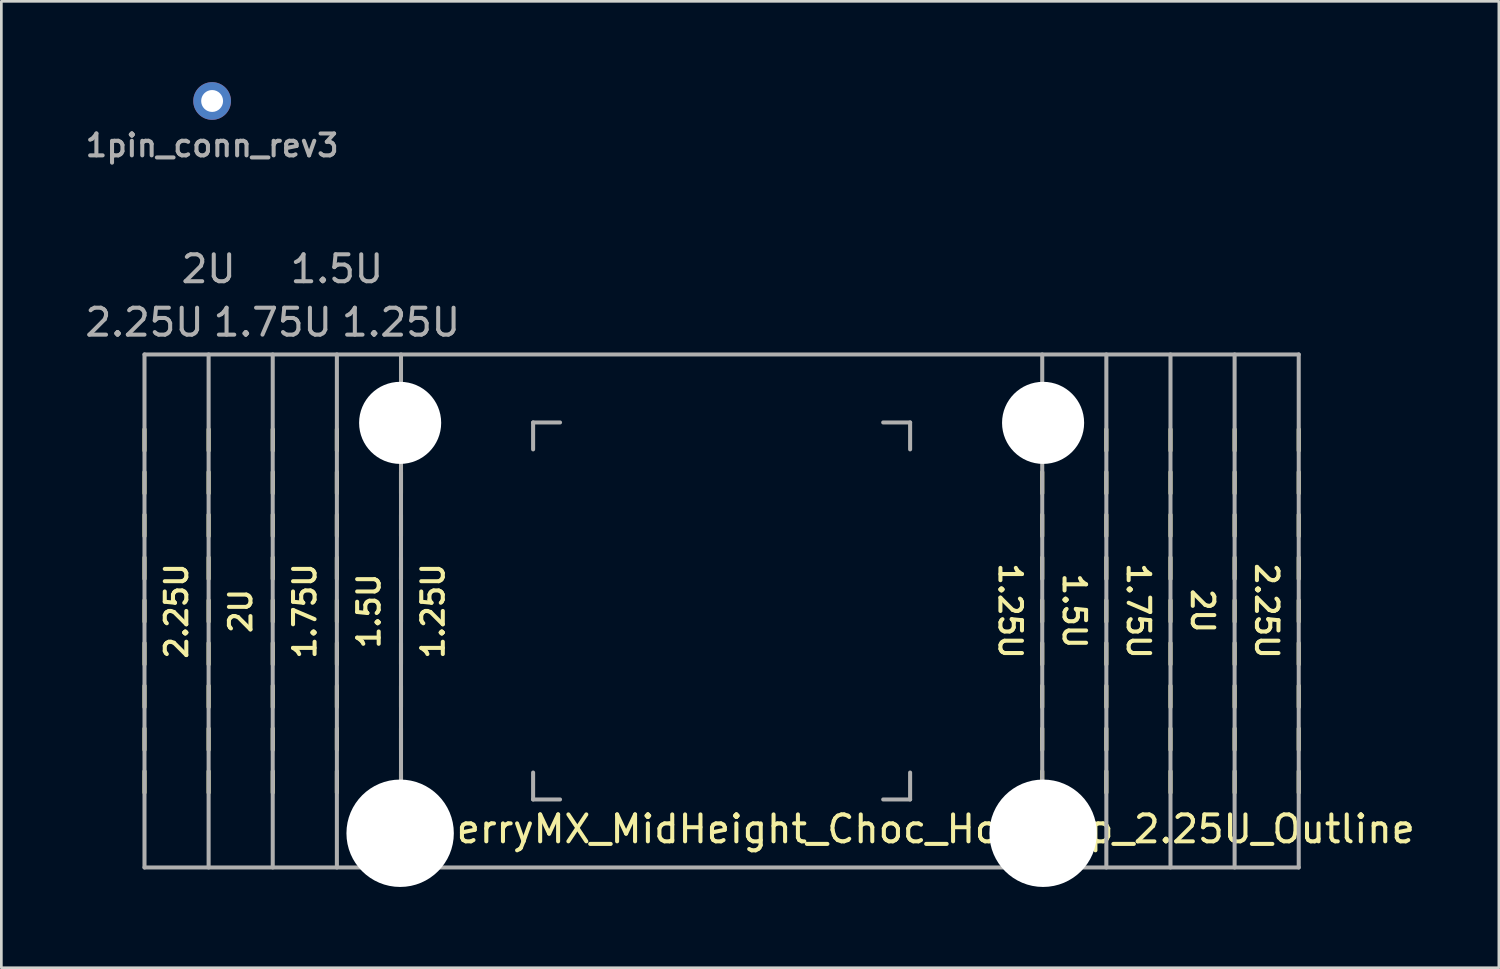
<source format=kicad_pcb>
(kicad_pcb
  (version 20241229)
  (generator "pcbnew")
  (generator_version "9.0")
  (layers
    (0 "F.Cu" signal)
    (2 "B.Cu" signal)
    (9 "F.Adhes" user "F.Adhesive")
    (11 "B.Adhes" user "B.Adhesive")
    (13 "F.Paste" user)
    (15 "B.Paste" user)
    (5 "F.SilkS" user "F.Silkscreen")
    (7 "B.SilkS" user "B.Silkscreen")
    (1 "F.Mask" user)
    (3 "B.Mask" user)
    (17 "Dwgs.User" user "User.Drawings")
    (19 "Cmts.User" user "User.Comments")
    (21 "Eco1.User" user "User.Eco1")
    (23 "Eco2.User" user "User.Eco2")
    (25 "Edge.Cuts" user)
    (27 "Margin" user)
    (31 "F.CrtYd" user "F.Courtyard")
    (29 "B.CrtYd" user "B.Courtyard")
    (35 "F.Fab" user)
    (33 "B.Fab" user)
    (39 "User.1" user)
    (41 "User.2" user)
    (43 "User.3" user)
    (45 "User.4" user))
  (footprint "CherryMX_MidHeight_Choc_Hotswap_2.25U_Outline"
    (layer "F.Cu")
    (at 23.747 19.638)
    (property "Reference" "CherryMX_MidHeight_Choc_Hotswap_2.25U_Outline" (at 7 8.1 0) (layer "F.SilkS") (effects (font (size 1 1) (thickness 0.15))))
    (attr through_hole)
    (fp_line (start -21.431 -5.953) (end -21.431 -6.747) (stroke (width 0.15) (type solid)) (layer "F.SilkS"))
    (fp_line (start -21.431 -4.366) (end -21.431 -5.159) (stroke (width 0.15) (type solid)) (layer "F.SilkS"))
    (fp_line (start -21.431 -2.778) (end -21.431 -3.572) (stroke (width 0.15) (type solid)) (layer "F.SilkS"))
    (fp_line (start -21.431 -1.191) (end -21.431 -1.984) (stroke (width 0.15) (type solid)) (layer "F.SilkS"))
    (fp_line (start -21.431 -0.397) (end -21.431 0.397) (stroke (width 0.15) (type solid)) (layer "F.SilkS"))
    (fp_line (start -21.431 1.191) (end -21.431 1.984) (stroke (width 0.15) (type solid)) (layer "F.SilkS"))
    (fp_line (start -21.431 2.778) (end -21.431 3.572) (stroke (width 0.15) (type solid)) (layer "F.SilkS"))
    (fp_line (start -21.431 4.366) (end -21.431 5.159) (stroke (width 0.15) (type solid)) (layer "F.SilkS"))
    (fp_line (start -21.431 5.953) (end -21.431 6.747) (stroke (width 0.15) (type solid)) (layer "F.SilkS"))
    (fp_line (start -19.05 -5.953) (end -19.05 -6.747) (stroke (width 0.15) (type solid)) (layer "F.SilkS"))
    (fp_line (start -19.05 -4.366) (end -19.05 -5.159) (stroke (width 0.15) (type solid)) (layer "F.SilkS"))
    (fp_line (start -19.05 -2.778) (end -19.05 -3.572) (stroke (width 0.15) (type solid)) (layer "F.SilkS"))
    (fp_line (start -19.05 -1.191) (end -19.05 -1.984) (stroke (width 0.15) (type solid)) (layer "F.SilkS"))
    (fp_line (start -19.05 -0.397) (end -19.05 0.397) (stroke (width 0.15) (type solid)) (layer "F.SilkS"))
    (fp_line (start -19.05 1.191) (end -19.05 1.984) (stroke (width 0.15) (type solid)) (layer "F.SilkS"))
    (fp_line (start -19.05 2.778) (end -19.05 3.572) (stroke (width 0.15) (type solid)) (layer "F.SilkS"))
    (fp_line (start -19.05 4.366) (end -19.05 5.159) (stroke (width 0.15) (type solid)) (layer "F.SilkS"))
    (fp_line (start -19.05 5.953) (end -19.05 6.747) (stroke (width 0.15) (type solid)) (layer "F.SilkS"))
    (fp_line (start -16.669 -5.953) (end -16.669 -6.747) (stroke (width 0.15) (type solid)) (layer "F.SilkS"))
    (fp_line (start -16.669 -4.366) (end -16.669 -5.159) (stroke (width 0.15) (type solid)) (layer "F.SilkS"))
    (fp_line (start -16.669 -2.778) (end -16.669 -3.572) (stroke (width 0.15) (type solid)) (layer "F.SilkS"))
    (fp_line (start -16.669 -1.191) (end -16.669 -1.984) (stroke (width 0.15) (type solid)) (layer "F.SilkS"))
    (fp_line (start -16.669 -0.397) (end -16.669 0.397) (stroke (width 0.15) (type solid)) (layer "F.SilkS"))
    (fp_line (start -16.669 1.191) (end -16.669 1.984) (stroke (width 0.15) (type solid)) (layer "F.SilkS"))
    (fp_line (start -16.669 2.778) (end -16.669 3.572) (stroke (width 0.15) (type solid)) (layer "F.SilkS"))
    (fp_line (start -16.669 4.366) (end -16.669 5.159) (stroke (width 0.15) (type solid)) (layer "F.SilkS"))
    (fp_line (start -16.669 5.953) (end -16.669 6.747) (stroke (width 0.15) (type solid)) (layer "F.SilkS"))
    (fp_line (start -14.287 -5.953) (end -14.287 -6.747) (stroke (width 0.15) (type solid)) (layer "F.SilkS"))
    (fp_line (start -14.287 -4.366) (end -14.287 -5.159) (stroke (width 0.15) (type solid)) (layer "F.SilkS"))
    (fp_line (start -14.287 -2.778) (end -14.287 -3.572) (stroke (width 0.15) (type solid)) (layer "F.SilkS"))
    (fp_line (start -14.287 -1.191) (end -14.287 -1.984) (stroke (width 0.15) (type solid)) (layer "F.SilkS"))
    (fp_line (start -14.287 -0.397) (end -14.287 0.397) (stroke (width 0.15) (type solid)) (layer "F.SilkS"))
    (fp_line (start -14.287 1.191) (end -14.287 1.984) (stroke (width 0.15) (type solid)) (layer "F.SilkS"))
    (fp_line (start -14.287 2.778) (end -14.287 3.572) (stroke (width 0.15) (type solid)) (layer "F.SilkS"))
    (fp_line (start -14.287 4.366) (end -14.287 5.159) (stroke (width 0.15) (type solid)) (layer "F.SilkS"))
    (fp_line (start -14.287 5.953) (end -14.287 6.747) (stroke (width 0.15) (type solid)) (layer "F.SilkS"))
    (fp_line (start -11.906 -5.953) (end -11.906 -6.747) (stroke (width 0.15) (type solid)) (layer "F.SilkS"))
    (fp_line (start -11.906 -4.366) (end -11.906 -5.159) (stroke (width 0.15) (type solid)) (layer "F.SilkS"))
    (fp_line (start -11.906 -2.778) (end -11.906 -3.572) (stroke (width 0.15) (type solid)) (layer "F.SilkS"))
    (fp_line (start -11.906 -1.191) (end -11.906 -1.984) (stroke (width 0.15) (type solid)) (layer "F.SilkS"))
    (fp_line (start -11.906 -0.397) (end -11.906 0.397) (stroke (width 0.15) (type solid)) (layer "F.SilkS"))
    (fp_line (start -11.906 1.191) (end -11.906 1.984) (stroke (width 0.15) (type solid)) (layer "F.SilkS"))
    (fp_line (start -11.906 2.778) (end -11.906 3.572) (stroke (width 0.15) (type solid)) (layer "F.SilkS"))
    (fp_line (start -11.906 4.366) (end -11.906 5.159) (stroke (width 0.15) (type solid)) (layer "F.SilkS"))
    (fp_line (start -11.906 5.953) (end -11.906 6.747) (stroke (width 0.15) (type solid)) (layer "F.SilkS"))
    (fp_line (start 11.906 -5.953) (end 11.906 -6.747) (stroke (width 0.15) (type solid)) (layer "F.SilkS"))
    (fp_line (start 11.906 -4.366) (end 11.906 -5.159) (stroke (width 0.15) (type solid)) (layer "F.SilkS"))
    (fp_line (start 11.906 -2.778) (end 11.906 -3.572) (stroke (width 0.15) (type solid)) (layer "F.SilkS"))
    (fp_line (start 11.906 -1.191) (end 11.906 -1.984) (stroke (width 0.15) (type solid)) (layer "F.SilkS"))
    (fp_line (start 11.906 -0.397) (end 11.906 0.397) (stroke (width 0.15) (type solid)) (layer "F.SilkS"))
    (fp_line (start 11.906 1.191) (end 11.906 1.984) (stroke (width 0.15) (type solid)) (layer "F.SilkS"))
    (fp_line (start 11.906 2.778) (end 11.906 3.572) (stroke (width 0.15) (type solid)) (layer "F.SilkS"))
    (fp_line (start 11.906 4.366) (end 11.906 5.159) (stroke (width 0.15) (type solid)) (layer "F.SilkS"))
    (fp_line (start 11.906 5.953) (end 11.906 6.747) (stroke (width 0.15) (type solid)) (layer "F.SilkS"))
    (fp_line (start 14.287 -5.953) (end 14.287 -6.747) (stroke (width 0.15) (type solid)) (layer "F.SilkS"))
    (fp_line (start 14.287 -4.366) (end 14.287 -5.159) (stroke (width 0.15) (type solid)) (layer "F.SilkS"))
    (fp_line (start 14.287 -2.778) (end 14.287 -3.572) (stroke (width 0.15) (type solid)) (layer "F.SilkS"))
    (fp_line (start 14.287 -1.191) (end 14.287 -1.984) (stroke (width 0.15) (type solid)) (layer "F.SilkS"))
    (fp_line (start 14.287 -0.397) (end 14.287 0.397) (stroke (width 0.15) (type solid)) (layer "F.SilkS"))
    (fp_line (start 14.287 1.191) (end 14.287 1.984) (stroke (width 0.15) (type solid)) (layer "F.SilkS"))
    (fp_line (start 14.287 2.778) (end 14.287 3.572) (stroke (width 0.15) (type solid)) (layer "F.SilkS"))
    (fp_line (start 14.287 4.366) (end 14.287 5.159) (stroke (width 0.15) (type solid)) (layer "F.SilkS"))
    (fp_line (start 14.287 5.953) (end 14.287 6.747) (stroke (width 0.15) (type solid)) (layer "F.SilkS"))
    (fp_line (start 16.669 -5.953) (end 16.669 -6.747) (stroke (width 0.15) (type solid)) (layer "F.SilkS"))
    (fp_line (start 16.669 -4.366) (end 16.669 -5.159) (stroke (width 0.15) (type solid)) (layer "F.SilkS"))
    (fp_line (start 16.669 -2.778) (end 16.669 -3.572) (stroke (width 0.15) (type solid)) (layer "F.SilkS"))
    (fp_line (start 16.669 -1.191) (end 16.669 -1.984) (stroke (width 0.15) (type solid)) (layer "F.SilkS"))
    (fp_line (start 16.669 -0.397) (end 16.669 0.397) (stroke (width 0.15) (type solid)) (layer "F.SilkS"))
    (fp_line (start 16.669 1.191) (end 16.669 1.984) (stroke (width 0.15) (type solid)) (layer "F.SilkS"))
    (fp_line (start 16.669 2.778) (end 16.669 3.572) (stroke (width 0.15) (type solid)) (layer "F.SilkS"))
    (fp_line (start 16.669 4.366) (end 16.669 5.159) (stroke (width 0.15) (type solid)) (layer "F.SilkS"))
    (fp_line (start 16.669 5.953) (end 16.669 6.747) (stroke (width 0.15) (type solid)) (layer "F.SilkS"))
    (fp_line (start 19.05 -5.953) (end 19.05 -6.747) (stroke (width 0.15) (type solid)) (layer "F.SilkS"))
    (fp_line (start 19.05 -4.366) (end 19.05 -5.159) (stroke (width 0.15) (type solid)) (layer "F.SilkS"))
    (fp_line (start 19.05 -2.778) (end 19.05 -3.572) (stroke (width 0.15) (type solid)) (layer "F.SilkS"))
    (fp_line (start 19.05 -1.191) (end 19.05 -1.984) (stroke (width 0.15) (type solid)) (layer "F.SilkS"))
    (fp_line (start 19.05 -0.397) (end 19.05 0.397) (stroke (width 0.15) (type solid)) (layer "F.SilkS"))
    (fp_line (start 19.05 1.191) (end 19.05 1.984) (stroke (width 0.15) (type solid)) (layer "F.SilkS"))
    (fp_line (start 19.05 2.778) (end 19.05 3.572) (stroke (width 0.15) (type solid)) (layer "F.SilkS"))
    (fp_line (start 19.05 4.366) (end 19.05 5.159) (stroke (width 0.15) (type solid)) (layer "F.SilkS"))
    (fp_line (start 19.05 5.953) (end 19.05 6.747) (stroke (width 0.15) (type solid)) (layer "F.SilkS"))
    (fp_line (start 21.431 -5.953) (end 21.431 -6.747) (stroke (width 0.15) (type solid)) (layer "F.SilkS"))
    (fp_line (start 21.431 -4.366) (end 21.431 -5.159) (stroke (width 0.15) (type solid)) (layer "F.SilkS"))
    (fp_line (start 21.431 -2.778) (end 21.431 -3.572) (stroke (width 0.15) (type solid)) (layer "F.SilkS"))
    (fp_line (start 21.431 -1.191) (end 21.431 -1.984) (stroke (width 0.15) (type solid)) (layer "F.SilkS"))
    (fp_line (start 21.431 -0.397) (end 21.431 0.397) (stroke (width 0.15) (type solid)) (layer "F.SilkS"))
    (fp_line (start 21.431 1.191) (end 21.431 1.984) (stroke (width 0.15) (type solid)) (layer "F.SilkS"))
    (fp_line (start 21.431 2.778) (end 21.431 3.572) (stroke (width 0.15) (type solid)) (layer "F.SilkS"))
    (fp_line (start 21.431 4.366) (end 21.431 5.159) (stroke (width 0.15) (type solid)) (layer "F.SilkS"))
    (fp_line (start 21.431 5.953) (end 21.431 6.747) (stroke (width 0.15) (type solid)) (layer "F.SilkS"))
    (fp_line (start -21.431 -9.525) (end 21.431 -9.525) (stroke (width 0.15) (type solid)) (layer "F.Fab"))
    (fp_line (start -21.431 9.525) (end 21.431 9.525) (stroke (width 0.15) (type solid)) (layer "F.Fab"))
    (fp_line (start -21.431 -9.525) (end -21.431 9.525) (stroke (width 0.15) (type solid)) (layer "F.Fab"))
    (fp_line (start -19.05 -9.525) (end -19.05 9.525) (stroke (width 0.15) (type solid)) (layer "F.Fab"))
    (fp_line (start -16.669 -9.525) (end -16.669 9.525) (stroke (width 0.15) (type solid)) (layer "F.Fab"))
    (fp_line (start -14.287 -9.525) (end -14.287 9.525) (stroke (width 0.15) (type solid)) (layer "F.Fab"))
    (fp_line (start -11.906 -9.525) (end -11.906 9.525) (stroke (width 0.15) (type solid)) (layer "F.Fab"))
    (fp_line (start -7 -7) (end -7 -6) (stroke (width 0.15) (type solid)) (layer "F.Fab"))
    (fp_line (start -7 6) (end -7 7) (stroke (width 0.15) (type solid)) (layer "F.Fab"))
    (fp_line (start -7 7) (end -6 7) (stroke (width 0.15) (type solid)) (layer "F.Fab"))
    (fp_line (start -6 -7) (end -7 -7) (stroke (width 0.15) (type solid)) (layer "F.Fab"))
    (fp_line (start 6 -7) (end 7 -7) (stroke (width 0.15) (type solid)) (layer "F.Fab"))
    (fp_line (start 6 7) (end 7 7) (stroke (width 0.15) (type solid)) (layer "F.Fab"))
    (fp_line (start 7 -7) (end 7 -6) (stroke (width 0.15) (type solid)) (layer "F.Fab"))
    (fp_line (start 7 7) (end 7 6) (stroke (width 0.15) (type solid)) (layer "F.Fab"))
    (fp_line (start 11.906 -9.525) (end 11.906 9.525) (stroke (width 0.15) (type solid)) (layer "F.Fab"))
    (fp_line (start 14.287 -9.525) (end 14.287 9.525) (stroke (width 0.15) (type solid)) (layer "F.Fab"))
    (fp_line (start 16.669 -9.525) (end 16.669 9.525) (stroke (width 0.15) (type solid)) (layer "F.Fab"))
    (fp_line (start 19.05 -9.525) (end 19.05 9.525) (stroke (width 0.15) (type solid)) (layer "F.Fab"))
    (fp_line (start 21.431 -9.525) (end 21.431 9.525) (stroke (width 0.15) (type solid)) (layer "F.Fab"))
    (fp_text user "1.25U" (at -10.716 0 90) (unlocked yes) (layer "F.SilkS") (effects (font (size 0.8 0.8) (thickness 0.15))))
    (fp_text user "2.25U" (at -20.241 0 90) (unlocked yes) (layer "F.SilkS") (effects (font (size 0.8 0.8) (thickness 0.15))))
    (fp_text user "1.25U" (at 10.716 0 270) (unlocked yes) (layer "F.SilkS") (effects (font (size 0.8 0.8) (thickness 0.15))))
    (fp_text user "2.25U" (at 20.241 0 270) (unlocked yes) (layer "F.SilkS") (effects (font (size 0.8 0.8) (thickness 0.15))))
    (fp_text user "1.75U" (at -15.478 0 90) (unlocked yes) (layer "F.SilkS") (effects (font (size 0.8 0.8) (thickness 0.15))))
    (fp_text user "1.5U" (at 13.097 0 270) (unlocked yes) (layer "F.SilkS") (effects (font (size 0.8 0.8) (thickness 0.15))))
    (fp_text user "2U" (at 17.859 0 270) (unlocked yes) (layer "F.SilkS") (effects (font (size 0.8 0.8) (thickness 0.15))))
    (fp_text user "1.5U" (at -13.097 0 90) (unlocked yes) (layer "F.SilkS") (effects (font (size 0.8 0.8) (thickness 0.15))))
    (fp_text user "2U" (at -17.859 0 90) (unlocked yes) (layer "F.SilkS") (effects (font (size 0.8 0.8) (thickness 0.15))))
    (fp_text user "1.75U" (at 15.478 0 270) (unlocked yes) (layer "F.SilkS") (effects (font (size 0.8 0.8) (thickness 0.15))))
    (fp_text user "1.25U" (at -11.906 -10.716 0) (layer "F.Fab") (effects (font (size 1 1) (thickness 0.15))))
    (fp_text user "2.25U" (at -21.431 -10.716 0) (layer "F.Fab") (effects (font (size 1 1) (thickness 0.15))))
    (fp_text user "1.5U" (at -14.287 -12.7 0) (layer "F.Fab") (effects (font (size 1 1) (thickness 0.15))))
    (fp_text user "2U" (at -19.05 -12.7 0) (layer "F.Fab") (effects (font (size 1 1) (thickness 0.15))))
    (fp_text user "1.75U" (at -16.669 -10.716 0) (layer "F.Fab") (effects (font (size 1 1) (thickness 0.15))))
    (pad "" np_thru_hole circle (at -11.938 -6.985) (size 3.048 3.048) (drill 3.048) (layers "*.Cu" "*.Mask"))
    (pad "" np_thru_hole circle (at -11.938 8.255) (size 3.988 3.988) (drill 3.988) (layers "*.Cu" "*.Mask"))
    (pad "" np_thru_hole circle (at 11.938 -6.985) (size 3.048 3.048) (drill 3.048) (layers "*.Cu" "*.Mask"))
    (pad "" np_thru_hole circle (at 11.938 8.255) (size 3.988 3.988) (drill 3.988) (layers "*.Cu" "*.Mask")))
  (footprint "1pin_conn_rev3"
    (layer "F.Cu")
    (at 4.827 0.7)
    (property "Reference" "1pin_conn_rev3" (at 0 1.651 0) (layer "F.Fab") (effects (font (size 0.813 0.813) (thickness 0.15))))
    (pad "1" thru_hole circle (at 0 0) (size 1.4 1.4) (drill 0.813) (layers "*.Cu" "*.Mask")))
  (gr_rect
    (start -3 -3)
    (end 52.61 32.887)
    (stroke (width 0.1) (type default))
    (fill no)
    (layer "Edge.Cuts")))
</source>
